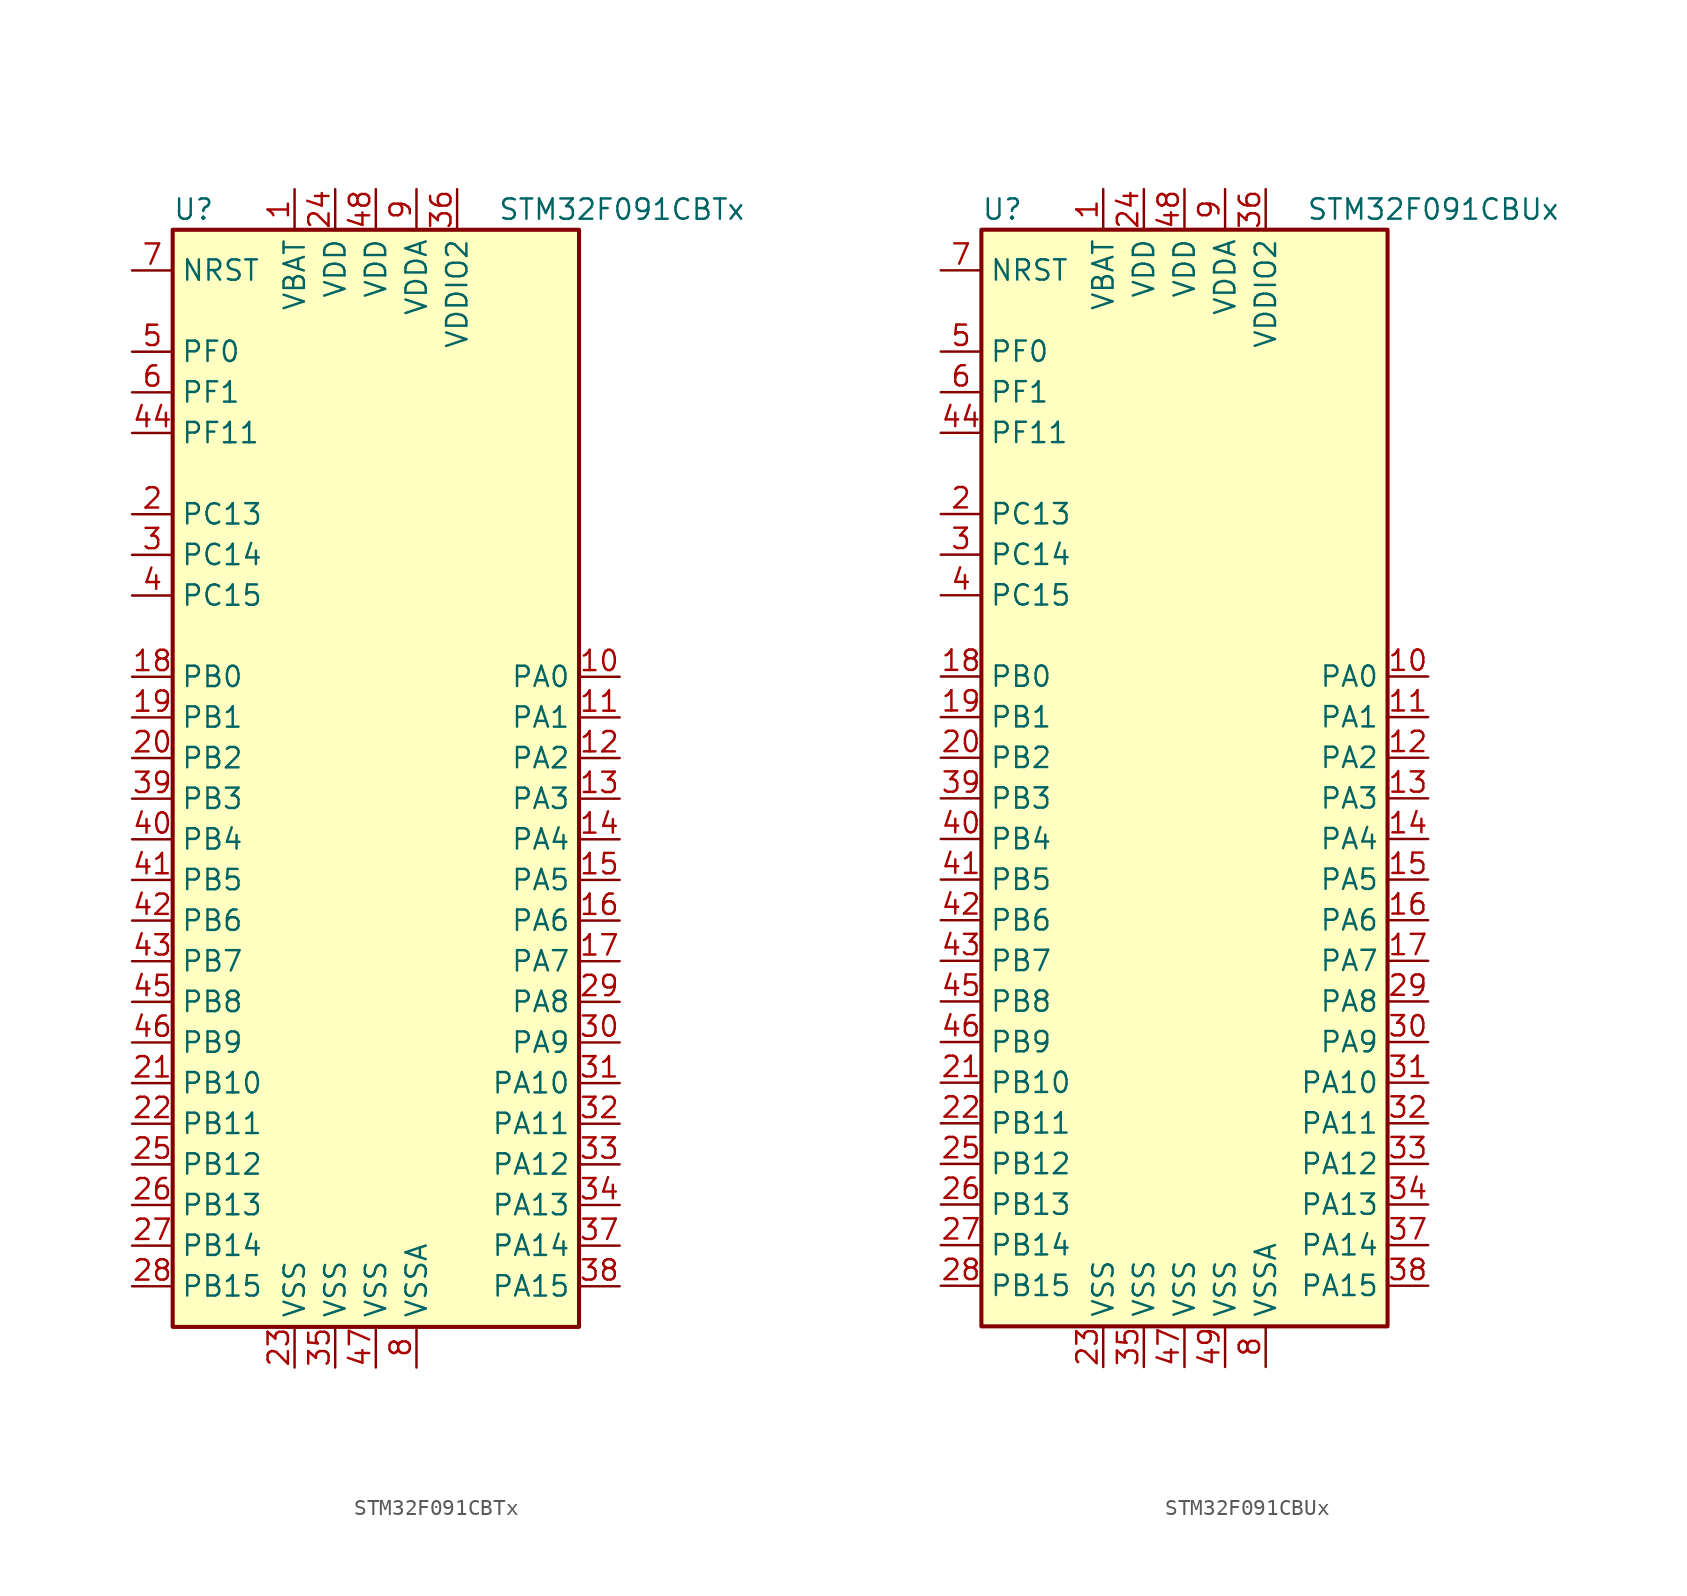
<source format=kicad_sym>
(kicad_symbol_lib
  (version 20211014)
  (generator kicad_symbol_editor)
  (symbol "STM32F091CBTx"
    (property "Reference" "U"
      (at -12.7 34.29 0)
      (effects (font (size 1.27 1.27)) (justify left)))
    (property "Value" "STM32F091CBTx"
      (at 7.62 34.29 0)
      (effects (font (size 1.27 1.27)) (justify left)))
    (symbol "STM32F091CBTx_0_1"
      (rectangle (start -12.7 -35.56) (end 12.7 33.02) (stroke (width 0.254) (type default) (color 0 0 0 0)) (fill (type background))))
    (symbol "STM32F091CBTx_1_1"
      (pin power_in line (at -5.08 35.56 270) (length 2.54) (name "VBAT" (effects (font (size 1.27 1.27)))) (number "1" (effects (font (size 1.27 1.27)))))
      (pin bidirectional line (at 15.24 5.08 180) (length 2.54) (name "PA0" (effects (font (size 1.27 1.27)))) (number "10" (effects (font (size 1.27 1.27)))))
      (pin bidirectional line (at 15.24 2.54 180) (length 2.54) (name "PA1" (effects (font (size 1.27 1.27)))) (number "11" (effects (font (size 1.27 1.27)))))
      (pin bidirectional line (at 15.24 0 180) (length 2.54) (name "PA2" (effects (font (size 1.27 1.27)))) (number "12" (effects (font (size 1.27 1.27)))))
      (pin bidirectional line (at 15.24 -2.54 180) (length 2.54) (name "PA3" (effects (font (size 1.27 1.27)))) (number "13" (effects (font (size 1.27 1.27)))))
      (pin bidirectional line (at 15.24 -5.08 180) (length 2.54) (name "PA4" (effects (font (size 1.27 1.27)))) (number "14" (effects (font (size 1.27 1.27)))))
      (pin bidirectional line (at 15.24 -7.62 180) (length 2.54) (name "PA5" (effects (font (size 1.27 1.27)))) (number "15" (effects (font (size 1.27 1.27)))))
      (pin bidirectional line (at 15.24 -10.16 180) (length 2.54) (name "PA6" (effects (font (size 1.27 1.27)))) (number "16" (effects (font (size 1.27 1.27)))))
      (pin bidirectional line (at 15.24 -12.7 180) (length 2.54) (name "PA7" (effects (font (size 1.27 1.27)))) (number "17" (effects (font (size 1.27 1.27)))))
      (pin bidirectional line (at -15.24 5.08 0) (length 2.54) (name "PB0" (effects (font (size 1.27 1.27)))) (number "18" (effects (font (size 1.27 1.27)))))
      (pin bidirectional line (at -15.24 2.54 0) (length 2.54) (name "PB1" (effects (font (size 1.27 1.27)))) (number "19" (effects (font (size 1.27 1.27)))))
      (pin bidirectional line (at -15.24 15.24 0) (length 2.54) (name "PC13" (effects (font (size 1.27 1.27)))) (number "2" (effects (font (size 1.27 1.27)))))
      (pin bidirectional line (at -15.24 0 0) (length 2.54) (name "PB2" (effects (font (size 1.27 1.27)))) (number "20" (effects (font (size 1.27 1.27)))))
      (pin bidirectional line (at -15.24 -20.32 0) (length 2.54) (name "PB10" (effects (font (size 1.27 1.27)))) (number "21" (effects (font (size 1.27 1.27)))))
      (pin bidirectional line (at -15.24 -22.86 0) (length 2.54) (name "PB11" (effects (font (size 1.27 1.27)))) (number "22" (effects (font (size 1.27 1.27)))))
      (pin power_in line (at -5.08 -38.1 90) (length 2.54) (name "VSS" (effects (font (size 1.27 1.27)))) (number "23" (effects (font (size 1.27 1.27)))))
      (pin power_in line (at -2.54 35.56 270) (length 2.54) (name "VDD" (effects (font (size 1.27 1.27)))) (number "24" (effects (font (size 1.27 1.27)))))
      (pin bidirectional line (at -15.24 -25.4 0) (length 2.54) (name "PB12" (effects (font (size 1.27 1.27)))) (number "25" (effects (font (size 1.27 1.27)))))
      (pin bidirectional line (at -15.24 -27.94 0) (length 2.54) (name "PB13" (effects (font (size 1.27 1.27)))) (number "26" (effects (font (size 1.27 1.27)))))
      (pin bidirectional line (at -15.24 -30.48 0) (length 2.54) (name "PB14" (effects (font (size 1.27 1.27)))) (number "27" (effects (font (size 1.27 1.27)))))
      (pin bidirectional line (at -15.24 -33.02 0) (length 2.54) (name "PB15" (effects (font (size 1.27 1.27)))) (number "28" (effects (font (size 1.27 1.27)))))
      (pin bidirectional line (at 15.24 -15.24 180) (length 2.54) (name "PA8" (effects (font (size 1.27 1.27)))) (number "29" (effects (font (size 1.27 1.27)))))
      (pin bidirectional line (at -15.24 12.7 0) (length 2.54) (name "PC14" (effects (font (size 1.27 1.27)))) (number "3" (effects (font (size 1.27 1.27)))))
      (pin bidirectional line (at 15.24 -17.78 180) (length 2.54) (name "PA9" (effects (font (size 1.27 1.27)))) (number "30" (effects (font (size 1.27 1.27)))))
      (pin bidirectional line (at 15.24 -20.32 180) (length 2.54) (name "PA10" (effects (font (size 1.27 1.27)))) (number "31" (effects (font (size 1.27 1.27)))))
      (pin bidirectional line (at 15.24 -22.86 180) (length 2.54) (name "PA11" (effects (font (size 1.27 1.27)))) (number "32" (effects (font (size 1.27 1.27)))))
      (pin bidirectional line (at 15.24 -25.4 180) (length 2.54) (name "PA12" (effects (font (size 1.27 1.27)))) (number "33" (effects (font (size 1.27 1.27)))))
      (pin bidirectional line (at 15.24 -27.94 180) (length 2.54) (name "PA13" (effects (font (size 1.27 1.27)))) (number "34" (effects (font (size 1.27 1.27)))))
      (pin power_in line (at -2.54 -38.1 90) (length 2.54) (name "VSS" (effects (font (size 1.27 1.27)))) (number "35" (effects (font (size 1.27 1.27)))))
      (pin power_in line (at 5.08 35.56 270) (length 2.54) (name "VDDIO2" (effects (font (size 1.27 1.27)))) (number "36" (effects (font (size 1.27 1.27)))))
      (pin bidirectional line (at 15.24 -30.48 180) (length 2.54) (name "PA14" (effects (font (size 1.27 1.27)))) (number "37" (effects (font (size 1.27 1.27)))))
      (pin bidirectional line (at 15.24 -33.02 180) (length 2.54) (name "PA15" (effects (font (size 1.27 1.27)))) (number "38" (effects (font (size 1.27 1.27)))))
      (pin bidirectional line (at -15.24 -2.54 0) (length 2.54) (name "PB3" (effects (font (size 1.27 1.27)))) (number "39" (effects (font (size 1.27 1.27)))))
      (pin bidirectional line (at -15.24 10.16 0) (length 2.54) (name "PC15" (effects (font (size 1.27 1.27)))) (number "4" (effects (font (size 1.27 1.27)))))
      (pin bidirectional line (at -15.24 -5.08 0) (length 2.54) (name "PB4" (effects (font (size 1.27 1.27)))) (number "40" (effects (font (size 1.27 1.27)))))
      (pin bidirectional line (at -15.24 -7.62 0) (length 2.54) (name "PB5" (effects (font (size 1.27 1.27)))) (number "41" (effects (font (size 1.27 1.27)))))
      (pin bidirectional line (at -15.24 -10.16 0) (length 2.54) (name "PB6" (effects (font (size 1.27 1.27)))) (number "42" (effects (font (size 1.27 1.27)))))
      (pin bidirectional line (at -15.24 -12.7 0) (length 2.54) (name "PB7" (effects (font (size 1.27 1.27)))) (number "43" (effects (font (size 1.27 1.27)))))
      (pin bidirectional line (at -15.24 20.32 0) (length 2.54) (name "PF11" (effects (font (size 1.27 1.27)))) (number "44" (effects (font (size 1.27 1.27)))))
      (pin bidirectional line (at -15.24 -15.24 0) (length 2.54) (name "PB8" (effects (font (size 1.27 1.27)))) (number "45" (effects (font (size 1.27 1.27)))))
      (pin bidirectional line (at -15.24 -17.78 0) (length 2.54) (name "PB9" (effects (font (size 1.27 1.27)))) (number "46" (effects (font (size 1.27 1.27)))))
      (pin power_in line (at 0 -38.1 90) (length 2.54) (name "VSS" (effects (font (size 1.27 1.27)))) (number "47" (effects (font (size 1.27 1.27)))))
      (pin power_in line (at 0 35.56 270) (length 2.54) (name "VDD" (effects (font (size 1.27 1.27)))) (number "48" (effects (font (size 1.27 1.27)))))
      (pin input line (at -15.24 25.4 0) (length 2.54) (name "PF0" (effects (font (size 1.27 1.27)))) (number "5" (effects (font (size 1.27 1.27)))))
      (pin input line (at -15.24 22.86 0) (length 2.54) (name "PF1" (effects (font (size 1.27 1.27)))) (number "6" (effects (font (size 1.27 1.27)))))
      (pin input line (at -15.24 30.48 0) (length 2.54) (name "NRST" (effects (font (size 1.27 1.27)))) (number "7" (effects (font (size 1.27 1.27)))))
      (pin power_in line (at 2.54 -38.1 90) (length 2.54) (name "VSSA" (effects (font (size 1.27 1.27)))) (number "8" (effects (font (size 1.27 1.27)))))
      (pin power_in line (at 2.54 35.56 270) (length 2.54) (name "VDDA" (effects (font (size 1.27 1.27)))) (number "9" (effects (font (size 1.27 1.27)))))))
  (symbol "STM32F091CBUx"
    (property "Reference" "U"
      (at -12.7 34.29 0)
      (effects (font (size 1.27 1.27)) (justify left)))
    (property "Value" "STM32F091CBUx"
      (at 7.62 34.29 0)
      (effects (font (size 1.27 1.27)) (justify left)))
    (symbol "STM32F091CBUx_0_1"
      (rectangle (start -12.7 -35.56) (end 12.7 33.02) (stroke (width 0.254) (type default) (color 0 0 0 0)) (fill (type background))))
    (symbol "STM32F091CBUx_1_1"
      (pin power_in line (at -5.08 35.56 270) (length 2.54) (name "VBAT" (effects (font (size 1.27 1.27)))) (number "1" (effects (font (size 1.27 1.27)))))
      (pin bidirectional line (at 15.24 5.08 180) (length 2.54) (name "PA0" (effects (font (size 1.27 1.27)))) (number "10" (effects (font (size 1.27 1.27)))))
      (pin bidirectional line (at 15.24 2.54 180) (length 2.54) (name "PA1" (effects (font (size 1.27 1.27)))) (number "11" (effects (font (size 1.27 1.27)))))
      (pin bidirectional line (at 15.24 0 180) (length 2.54) (name "PA2" (effects (font (size 1.27 1.27)))) (number "12" (effects (font (size 1.27 1.27)))))
      (pin bidirectional line (at 15.24 -2.54 180) (length 2.54) (name "PA3" (effects (font (size 1.27 1.27)))) (number "13" (effects (font (size 1.27 1.27)))))
      (pin bidirectional line (at 15.24 -5.08 180) (length 2.54) (name "PA4" (effects (font (size 1.27 1.27)))) (number "14" (effects (font (size 1.27 1.27)))))
      (pin bidirectional line (at 15.24 -7.62 180) (length 2.54) (name "PA5" (effects (font (size 1.27 1.27)))) (number "15" (effects (font (size 1.27 1.27)))))
      (pin bidirectional line (at 15.24 -10.16 180) (length 2.54) (name "PA6" (effects (font (size 1.27 1.27)))) (number "16" (effects (font (size 1.27 1.27)))))
      (pin bidirectional line (at 15.24 -12.7 180) (length 2.54) (name "PA7" (effects (font (size 1.27 1.27)))) (number "17" (effects (font (size 1.27 1.27)))))
      (pin bidirectional line (at -15.24 5.08 0) (length 2.54) (name "PB0" (effects (font (size 1.27 1.27)))) (number "18" (effects (font (size 1.27 1.27)))))
      (pin bidirectional line (at -15.24 2.54 0) (length 2.54) (name "PB1" (effects (font (size 1.27 1.27)))) (number "19" (effects (font (size 1.27 1.27)))))
      (pin bidirectional line (at -15.24 15.24 0) (length 2.54) (name "PC13" (effects (font (size 1.27 1.27)))) (number "2" (effects (font (size 1.27 1.27)))))
      (pin bidirectional line (at -15.24 0 0) (length 2.54) (name "PB2" (effects (font (size 1.27 1.27)))) (number "20" (effects (font (size 1.27 1.27)))))
      (pin bidirectional line (at -15.24 -20.32 0) (length 2.54) (name "PB10" (effects (font (size 1.27 1.27)))) (number "21" (effects (font (size 1.27 1.27)))))
      (pin bidirectional line (at -15.24 -22.86 0) (length 2.54) (name "PB11" (effects (font (size 1.27 1.27)))) (number "22" (effects (font (size 1.27 1.27)))))
      (pin power_in line (at -5.08 -38.1 90) (length 2.54) (name "VSS" (effects (font (size 1.27 1.27)))) (number "23" (effects (font (size 1.27 1.27)))))
      (pin power_in line (at -2.54 35.56 270) (length 2.54) (name "VDD" (effects (font (size 1.27 1.27)))) (number "24" (effects (font (size 1.27 1.27)))))
      (pin bidirectional line (at -15.24 -25.4 0) (length 2.54) (name "PB12" (effects (font (size 1.27 1.27)))) (number "25" (effects (font (size 1.27 1.27)))))
      (pin bidirectional line (at -15.24 -27.94 0) (length 2.54) (name "PB13" (effects (font (size 1.27 1.27)))) (number "26" (effects (font (size 1.27 1.27)))))
      (pin bidirectional line (at -15.24 -30.48 0) (length 2.54) (name "PB14" (effects (font (size 1.27 1.27)))) (number "27" (effects (font (size 1.27 1.27)))))
      (pin bidirectional line (at -15.24 -33.02 0) (length 2.54) (name "PB15" (effects (font (size 1.27 1.27)))) (number "28" (effects (font (size 1.27 1.27)))))
      (pin bidirectional line (at 15.24 -15.24 180) (length 2.54) (name "PA8" (effects (font (size 1.27 1.27)))) (number "29" (effects (font (size 1.27 1.27)))))
      (pin bidirectional line (at -15.24 12.7 0) (length 2.54) (name "PC14" (effects (font (size 1.27 1.27)))) (number "3" (effects (font (size 1.27 1.27)))))
      (pin bidirectional line (at 15.24 -17.78 180) (length 2.54) (name "PA9" (effects (font (size 1.27 1.27)))) (number "30" (effects (font (size 1.27 1.27)))))
      (pin bidirectional line (at 15.24 -20.32 180) (length 2.54) (name "PA10" (effects (font (size 1.27 1.27)))) (number "31" (effects (font (size 1.27 1.27)))))
      (pin bidirectional line (at 15.24 -22.86 180) (length 2.54) (name "PA11" (effects (font (size 1.27 1.27)))) (number "32" (effects (font (size 1.27 1.27)))))
      (pin bidirectional line (at 15.24 -25.4 180) (length 2.54) (name "PA12" (effects (font (size 1.27 1.27)))) (number "33" (effects (font (size 1.27 1.27)))))
      (pin bidirectional line (at 15.24 -27.94 180) (length 2.54) (name "PA13" (effects (font (size 1.27 1.27)))) (number "34" (effects (font (size 1.27 1.27)))))
      (pin power_in line (at -2.54 -38.1 90) (length 2.54) (name "VSS" (effects (font (size 1.27 1.27)))) (number "35" (effects (font (size 1.27 1.27)))))
      (pin power_in line (at 5.08 35.56 270) (length 2.54) (name "VDDIO2" (effects (font (size 1.27 1.27)))) (number "36" (effects (font (size 1.27 1.27)))))
      (pin bidirectional line (at 15.24 -30.48 180) (length 2.54) (name "PA14" (effects (font (size 1.27 1.27)))) (number "37" (effects (font (size 1.27 1.27)))))
      (pin bidirectional line (at 15.24 -33.02 180) (length 2.54) (name "PA15" (effects (font (size 1.27 1.27)))) (number "38" (effects (font (size 1.27 1.27)))))
      (pin bidirectional line (at -15.24 -2.54 0) (length 2.54) (name "PB3" (effects (font (size 1.27 1.27)))) (number "39" (effects (font (size 1.27 1.27)))))
      (pin bidirectional line (at -15.24 10.16 0) (length 2.54) (name "PC15" (effects (font (size 1.27 1.27)))) (number "4" (effects (font (size 1.27 1.27)))))
      (pin bidirectional line (at -15.24 -5.08 0) (length 2.54) (name "PB4" (effects (font (size 1.27 1.27)))) (number "40" (effects (font (size 1.27 1.27)))))
      (pin bidirectional line (at -15.24 -7.62 0) (length 2.54) (name "PB5" (effects (font (size 1.27 1.27)))) (number "41" (effects (font (size 1.27 1.27)))))
      (pin bidirectional line (at -15.24 -10.16 0) (length 2.54) (name "PB6" (effects (font (size 1.27 1.27)))) (number "42" (effects (font (size 1.27 1.27)))))
      (pin bidirectional line (at -15.24 -12.7 0) (length 2.54) (name "PB7" (effects (font (size 1.27 1.27)))) (number "43" (effects (font (size 1.27 1.27)))))
      (pin bidirectional line (at -15.24 20.32 0) (length 2.54) (name "PF11" (effects (font (size 1.27 1.27)))) (number "44" (effects (font (size 1.27 1.27)))))
      (pin bidirectional line (at -15.24 -15.24 0) (length 2.54) (name "PB8" (effects (font (size 1.27 1.27)))) (number "45" (effects (font (size 1.27 1.27)))))
      (pin bidirectional line (at -15.24 -17.78 0) (length 2.54) (name "PB9" (effects (font (size 1.27 1.27)))) (number "46" (effects (font (size 1.27 1.27)))))
      (pin power_in line (at 0 -38.1 90) (length 2.54) (name "VSS" (effects (font (size 1.27 1.27)))) (number "47" (effects (font (size 1.27 1.27)))))
      (pin power_in line (at 0 35.56 270) (length 2.54) (name "VDD" (effects (font (size 1.27 1.27)))) (number "48" (effects (font (size 1.27 1.27)))))
      (pin power_in line (at 2.54 -38.1 90) (length 2.54) (name "VSS" (effects (font (size 1.27 1.27)))) (number "49" (effects (font (size 1.27 1.27)))))
      (pin input line (at -15.24 25.4 0) (length 2.54) (name "PF0" (effects (font (size 1.27 1.27)))) (number "5" (effects (font (size 1.27 1.27)))))
      (pin input line (at -15.24 22.86 0) (length 2.54) (name "PF1" (effects (font (size 1.27 1.27)))) (number "6" (effects (font (size 1.27 1.27)))))
      (pin input line (at -15.24 30.48 0) (length 2.54) (name "NRST" (effects (font (size 1.27 1.27)))) (number "7" (effects (font (size 1.27 1.27)))))
      (pin power_in line (at 5.08 -38.1 90) (length 2.54) (name "VSSA" (effects (font (size 1.27 1.27)))) (number "8" (effects (font (size 1.27 1.27)))))
      (pin power_in line (at 2.54 35.56 270) (length 2.54) (name "VDDA" (effects (font (size 1.27 1.27)))) (number "9" (effects (font (size 1.27 1.27))))))))
</source>
